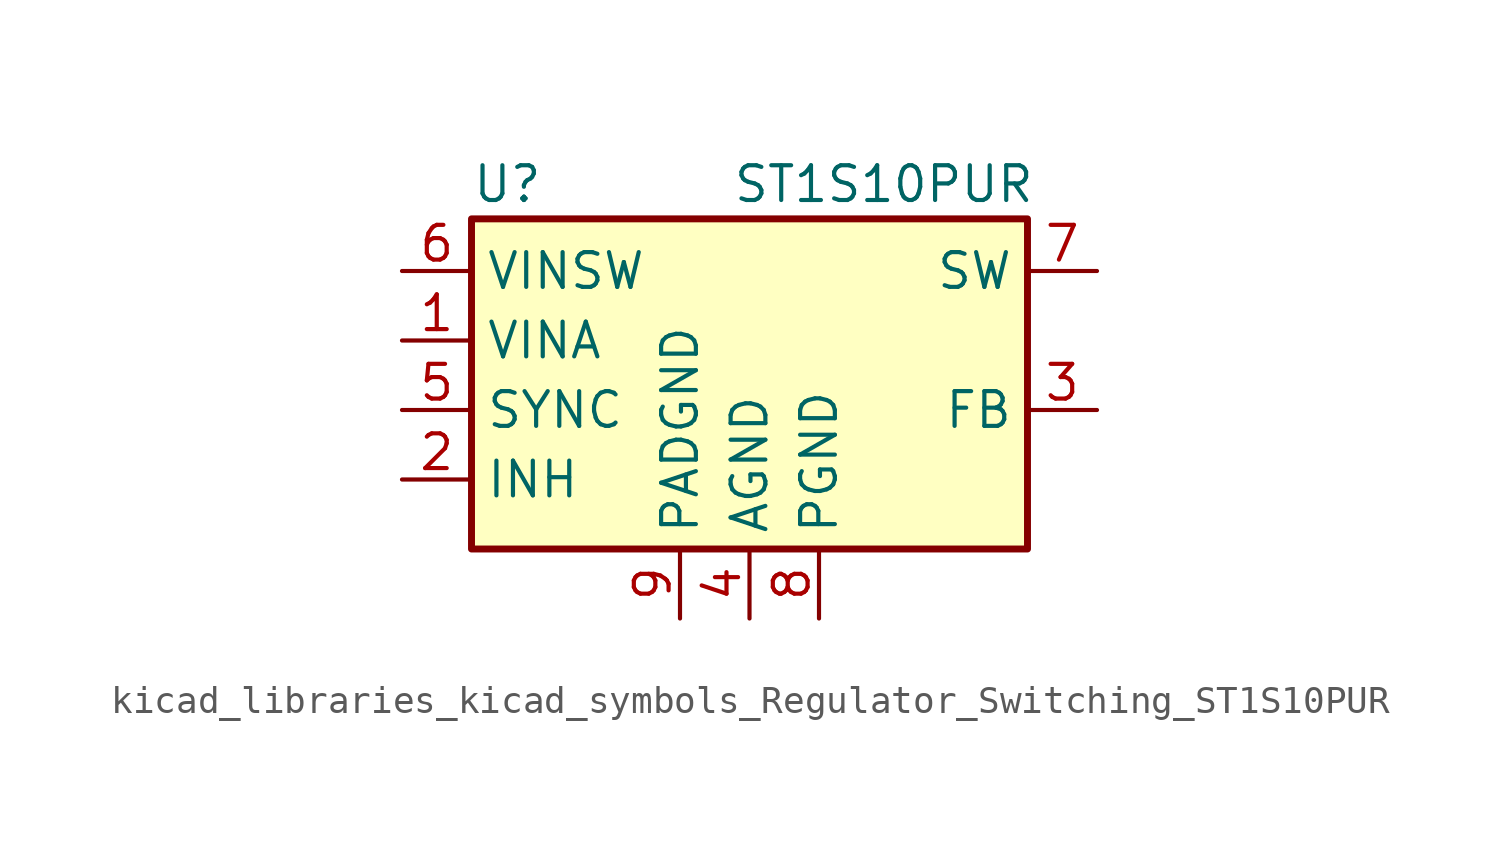
<source format=kicad_sym>
(kicad_symbol_lib
  (version 20220914)
  (generator kicad_symbol_editor)
  (symbol "kicad_libraries_kicad_symbols_Regulator_Switching_ST1S10PUR"
    (property "Reference" "U"
      (at -10.16 5.715 0)
      (effects (font (size 1.27 1.27)) (justify left)))
    (property "Value" "ST1S10PUR"
      (at -0.635 5.715 0)
      (effects (font (size 1.27 1.27)) (justify left)))
    (symbol "kicad_libraries_kicad_symbols_Regulator_Switching_ST1S10PUR_0_1"
      (rectangle (start 10.16 4.445) (end -10.16 -7.62) (stroke (width 0.254) (type default)) (fill (type background))))
    (symbol "kicad_libraries_kicad_symbols_Regulator_Switching_ST1S10PUR_1_1"
      (pin power_in line (at -12.7 0 0) (length 2.54) (name "VINA" (effects (font (size 1.27 1.27)))) (number "1" (effects (font (size 1.27 1.27)))))
      (pin input line (at -12.7 -5.08 0) (length 2.54) (name "INH" (effects (font (size 1.27 1.27)))) (number "2" (effects (font (size 1.27 1.27)))))
      (pin input line (at 12.7 -2.54 180) (length 2.54) (name "FB" (effects (font (size 1.27 1.27)))) (number "3" (effects (font (size 1.27 1.27)))))
      (pin power_in line (at 0 -10.16 90) (length 2.54) (name "AGND" (effects (font (size 1.27 1.27)))) (number "4" (effects (font (size 1.27 1.27)))))
      (pin input line (at -12.7 -2.54 0) (length 2.54) (name "SYNC" (effects (font (size 1.27 1.27)))) (number "5" (effects (font (size 1.27 1.27)))))
      (pin input line (at -12.7 2.54 0) (length 2.54) (name "VINSW" (effects (font (size 1.27 1.27)))) (number "6" (effects (font (size 1.27 1.27)))))
      (pin output line (at 12.7 2.54 180) (length 2.54) (name "SW" (effects (font (size 1.27 1.27)))) (number "7" (effects (font (size 1.27 1.27)))))
      (pin power_in line (at 2.54 -10.16 90) (length 2.54) (name "PGND" (effects (font (size 1.27 1.27)))) (number "8" (effects (font (size 1.27 1.27)))))
      (pin power_in line (at -2.54 -10.16 90) (length 2.54) (name "PADGND" (effects (font (size 1.27 1.27)))) (number "9" (effects (font (size 1.27 1.27))))))))
</source>
